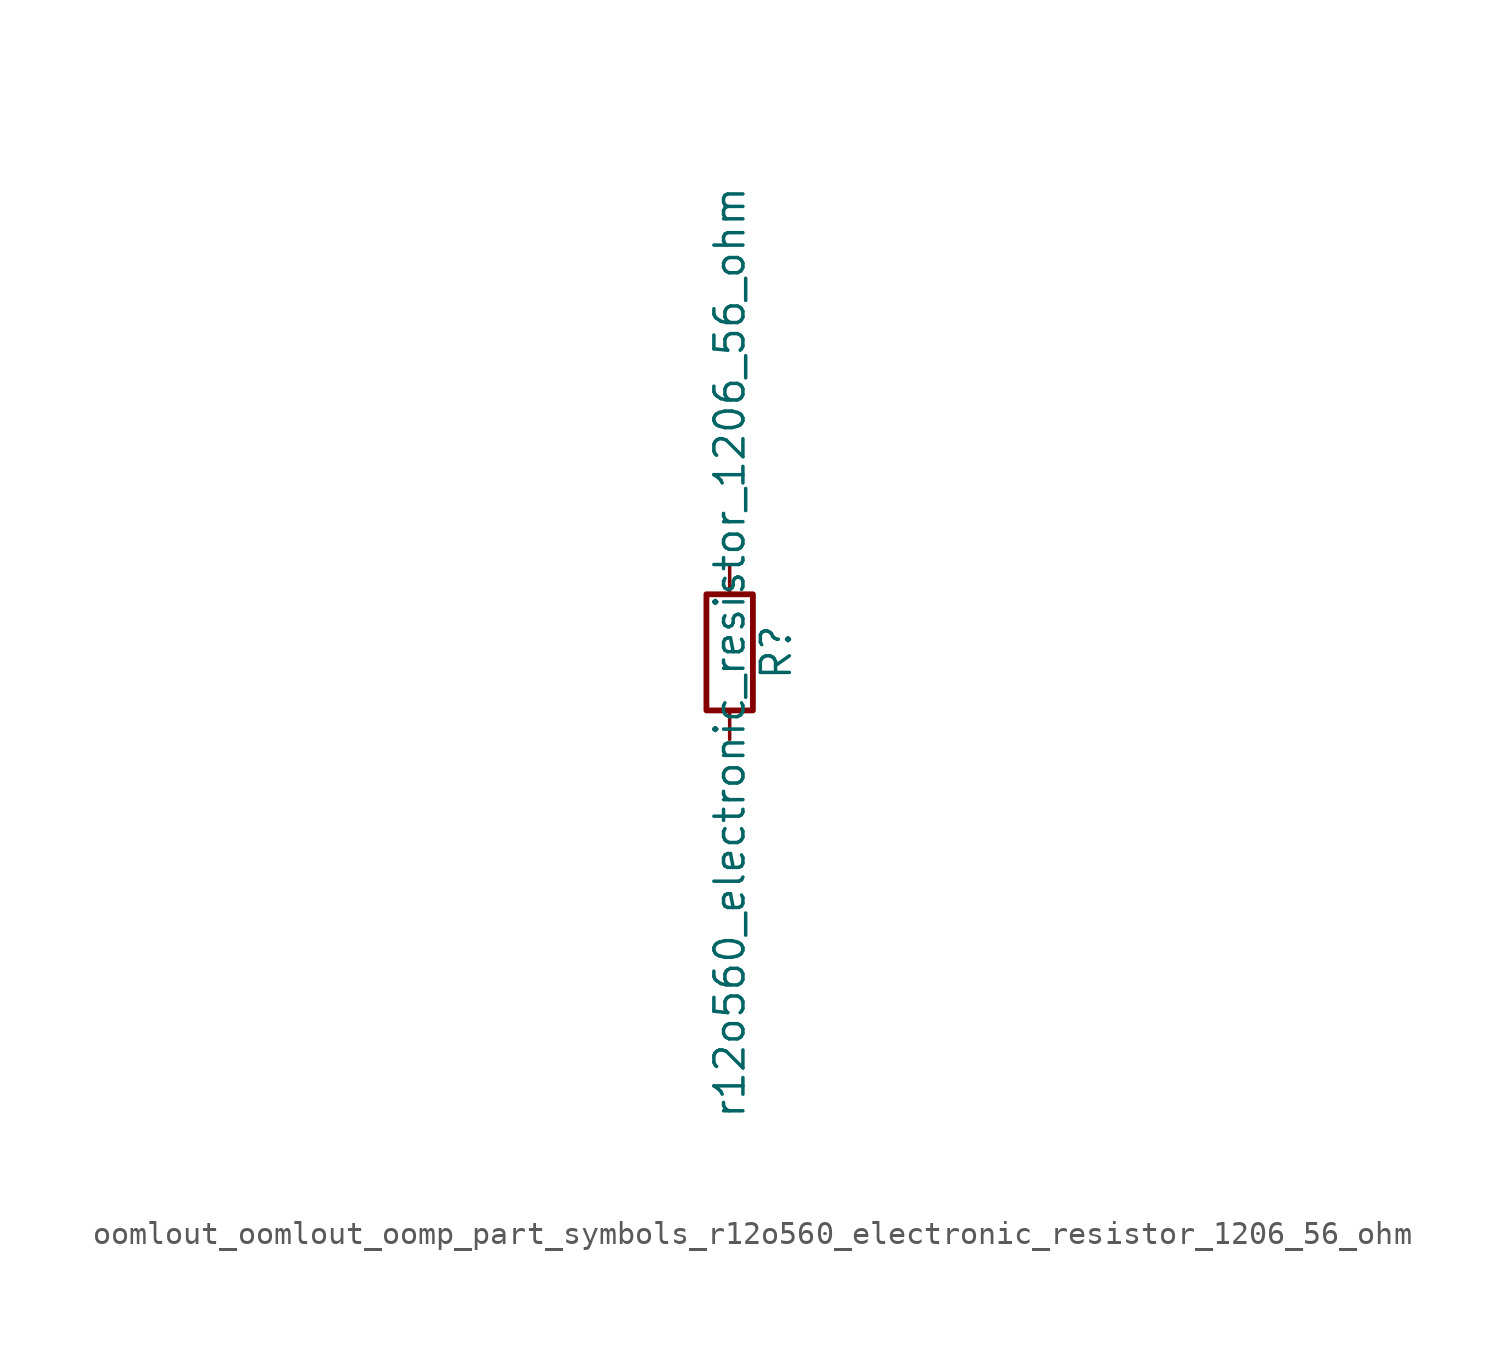
<source format=kicad_sym>
(kicad_symbol_lib
  (version 20220914)
  (generator kicad_symbol_editor)
  (symbol "oomlout_oomlout_oomp_part_symbols_r12o560_electronic_resistor_1206_56_ohm"
    (pin_numbers hide)
    (pin_names
      (offset 0))
    (property "Reference" "R"
      (at 2.032 0 90)
      (effects (font (size 1.27 1.27))))
    (property "Value" "r12o560_electronic_resistor_1206_56_ohm"
      (at 0 0 90)
      (effects (font (size 1.27 1.27))))
    (symbol "oomlout_oomlout_oomp_part_symbols_r12o560_electronic_resistor_1206_56_ohm_0_1"
      (rectangle (start -1.016 -2.54) (end 1.016 2.54) (stroke (width 0.254) (type default)) (fill (type none))))
    (symbol "oomlout_oomlout_oomp_part_symbols_r12o560_electronic_resistor_1206_56_ohm_1_1"
      (pin passive line (at 0 3.81 270) (length 1.27) (name "~" (effects (font (size 1.27 1.27)))) (number "1" (effects (font (size 1.27 1.27)))))
      (pin passive line (at 0 -3.81 90) (length 1.27) (name "~" (effects (font (size 1.27 1.27)))) (number "2" (effects (font (size 1.27 1.27))))))))
</source>
